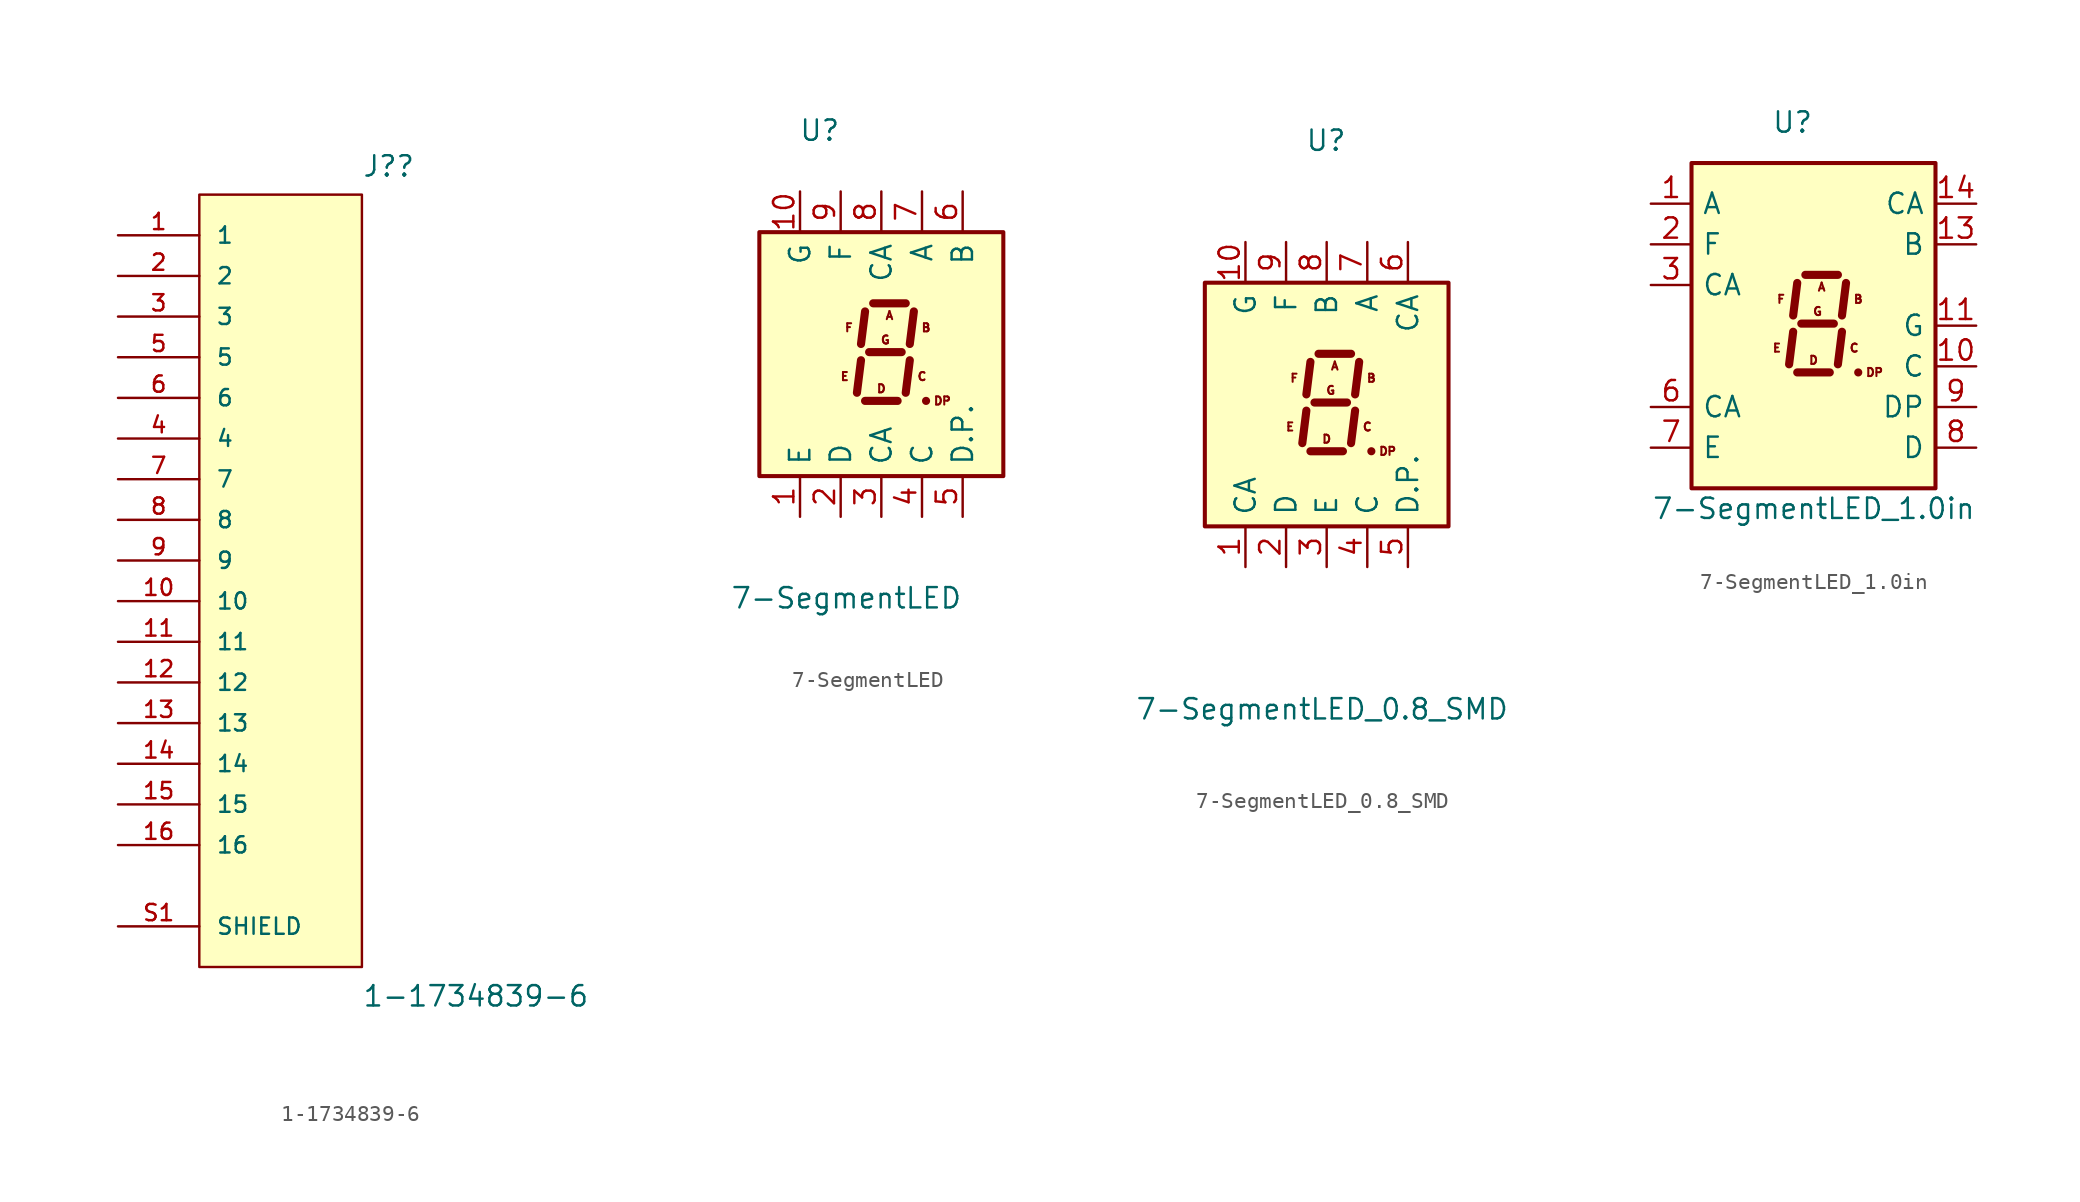
<source format=kicad_sym>
(kicad_symbol_lib
  (version 20211014)
  (generator kicad_symbol_editor)
  (symbol "1-1734839-6"
    (pin_names
      (offset 1.016))
    (property "Reference" "J?"
      (at 6.353 23.89 0)
      (effects (font (size 1.27 1.27)) (justify left bottom)))
    (property "Value" "1-1734839-6"
      (at 6.354 -27.964 0)
      (effects (font (size 1.27 1.27)) (justify left bottom)))
    (symbol "1-1734839-6_0_0"
      (rectangle (start -3.81 22.86) (end 6.35 -25.4) (stroke (width 0.152) (type default) (color 0 0 0 0)) (fill (type background)))
      (pin passive line (at -8.89 20.32 0) (length 5.08) (name "1" (effects (font (size 1.016 1.016)))) (number "1" (effects (font (size 1.016 1.016)))))
      (pin passive line (at -8.89 -2.54 0) (length 5.08) (name "10" (effects (font (size 1.016 1.016)))) (number "10" (effects (font (size 1.016 1.016)))))
      (pin passive line (at -8.89 -5.08 0) (length 5.08) (name "11" (effects (font (size 1.016 1.016)))) (number "11" (effects (font (size 1.016 1.016)))))
      (pin passive line (at -8.89 -7.62 0) (length 5.08) (name "12" (effects (font (size 1.016 1.016)))) (number "12" (effects (font (size 1.016 1.016)))))
      (pin passive line (at -8.89 -10.16 0) (length 5.08) (name "13" (effects (font (size 1.016 1.016)))) (number "13" (effects (font (size 1.016 1.016)))))
      (pin passive line (at -8.89 -12.7 0) (length 5.08) (name "14" (effects (font (size 1.016 1.016)))) (number "14" (effects (font (size 1.016 1.016)))))
      (pin passive line (at -8.89 -15.24 0) (length 5.08) (name "15" (effects (font (size 1.016 1.016)))) (number "15" (effects (font (size 1.016 1.016)))))
      (pin passive line (at -8.89 -17.78 0) (length 5.08) (name "16" (effects (font (size 1.016 1.016)))) (number "16" (effects (font (size 1.016 1.016)))))
      (pin passive line (at -8.89 17.78 0) (length 5.08) (name "2" (effects (font (size 1.016 1.016)))) (number "2" (effects (font (size 1.016 1.016)))))
      (pin passive line (at -8.89 15.24 0) (length 5.08) (name "3" (effects (font (size 1.016 1.016)))) (number "3" (effects (font (size 1.016 1.016)))))
      (pin passive line (at -8.89 7.62 0) (length 5.08) (name "4" (effects (font (size 1.016 1.016)))) (number "4" (effects (font (size 1.016 1.016)))))
      (pin passive line (at -8.89 12.7 0) (length 5.08) (name "5" (effects (font (size 1.016 1.016)))) (number "5" (effects (font (size 1.016 1.016)))))
      (pin passive line (at -8.89 10.16 0) (length 5.08) (name "6" (effects (font (size 1.016 1.016)))) (number "6" (effects (font (size 1.016 1.016)))))
      (pin passive line (at -8.89 5.08 0) (length 5.08) (name "7" (effects (font (size 1.016 1.016)))) (number "7" (effects (font (size 1.016 1.016)))))
      (pin passive line (at -8.89 2.54 0) (length 5.08) (name "8" (effects (font (size 1.016 1.016)))) (number "8" (effects (font (size 1.016 1.016)))))
      (pin passive line (at -8.89 0 0) (length 5.08) (name "9" (effects (font (size 1.016 1.016)))) (number "9" (effects (font (size 1.016 1.016)))))
      (pin passive line (at -8.89 -22.86 0) (length 5.08) (name "SHIELD" (effects (font (size 1.016 1.016)))) (number "S1" (effects (font (size 1.016 1.016)))))
      (pin passive line (at -8.89 -22.86 0) (length 5.08) hide (name "SHIELD" (effects (font (size 1.016 1.016)))) (number "S2" (effects (font (size 1.016 1.016)))))))
  (symbol "7-SegmentLED"
    (pin_names
      (offset 0.635))
    (property "Reference" "U"
      (at -2.54 13.97 0)
      (effects (font (size 1.27 1.27)) (justify right)))
    (property "Value" "7-SegmentLED"
      (at 5.08 -15.24 0)
      (effects (font (size 1.27 1.27)) (justify right)))
    (symbol "7-SegmentLED_0_0"
      (text "A" (at 0.508 2.413 0) (effects (font (size 0.508 0.508))))
      (text "B" (at 2.794 1.651 0) (effects (font (size 0.508 0.508))))
      (text "C" (at 2.54 -1.397 0) (effects (font (size 0.508 0.508))))
      (text "D" (at 0 -2.159 0) (effects (font (size 0.508 0.508))))
      (text "DP" (at 3.81 -2.921 0) (effects (font (size 0.508 0.508))))
      (text "E" (at -2.286 -1.397 0) (effects (font (size 0.508 0.508))))
      (text "F" (at -2.032 1.651 0) (effects (font (size 0.508 0.508))))
      (text "G" (at 0.254 0.889 0) (effects (font (size 0.508 0.508)))))
    (symbol "7-SegmentLED_0_1"
      (rectangle (start -7.62 7.62) (end 7.62 -7.62) (stroke (width 0.254) (type default) (color 0 0 0 0)) (fill (type background)))
      (polyline (pts (xy -1.27 -0.381) (xy -1.524 -2.413)) (stroke (width 0.508) (type default) (color 0 0 0 0)) (fill (type none)))
      (polyline (pts (xy -1.016 -2.921) (xy 1.016 -2.921)) (stroke (width 0.508) (type default) (color 0 0 0 0)) (fill (type none)))
      (polyline (pts (xy -1.016 2.667) (xy -1.27 0.635)) (stroke (width 0.508) (type default) (color 0 0 0 0)) (fill (type none)))
      (polyline (pts (xy -0.762 0.127) (xy 1.27 0.127)) (stroke (width 0.508) (type default) (color 0 0 0 0)) (fill (type none)))
      (polyline (pts (xy -0.508 3.175) (xy 1.524 3.175)) (stroke (width 0.508) (type default) (color 0 0 0 0)) (fill (type none)))
      (polyline (pts (xy 1.778 -0.381) (xy 1.524 -2.413)) (stroke (width 0.508) (type default) (color 0 0 0 0)) (fill (type none)))
      (polyline (pts (xy 2.032 2.667) (xy 1.778 0.635)) (stroke (width 0.508) (type default) (color 0 0 0 0)) (fill (type none)))
      (polyline (pts (xy 2.794 -2.921) (xy 2.794 -2.921)) (stroke (width 0.508) (type default) (color 0 0 0 0)) (fill (type none))))
    (symbol "7-SegmentLED_1_1"
      (pin input line (at -5.08 -10.16 90) (length 2.54) (name "E" (effects (font (size 1.27 1.27)))) (number "1" (effects (font (size 1.27 1.27)))))
      (pin input line (at -5.08 10.16 270) (length 2.54) (name "G" (effects (font (size 1.27 1.27)))) (number "10" (effects (font (size 1.27 1.27)))))
      (pin input line (at -2.54 -10.16 90) (length 2.54) (name "D" (effects (font (size 1.27 1.27)))) (number "2" (effects (font (size 1.27 1.27)))))
      (pin input line (at 0 -10.16 90) (length 2.54) (name "CA" (effects (font (size 1.27 1.27)))) (number "3" (effects (font (size 1.27 1.27)))))
      (pin input line (at 2.54 -10.16 90) (length 2.54) (name "C" (effects (font (size 1.27 1.27)))) (number "4" (effects (font (size 1.27 1.27)))))
      (pin input line (at 5.08 -10.16 90) (length 2.54) (name "D.P." (effects (font (size 1.27 1.27)))) (number "5" (effects (font (size 1.27 1.27)))))
      (pin input line (at 5.08 10.16 270) (length 2.54) (name "B" (effects (font (size 1.27 1.27)))) (number "6" (effects (font (size 1.27 1.27)))))
      (pin input line (at 2.54 10.16 270) (length 2.54) (name "A" (effects (font (size 1.27 1.27)))) (number "7" (effects (font (size 1.27 1.27)))))
      (pin input line (at 0 10.16 270) (length 2.54) (name "CA" (effects (font (size 1.27 1.27)))) (number "8" (effects (font (size 1.27 1.27)))))
      (pin input line (at -2.54 10.16 270) (length 2.54) (name "F" (effects (font (size 1.27 1.27)))) (number "9" (effects (font (size 1.27 1.27)))))))
  (symbol "7-SegmentLED_0.8_SMD"
    (pin_names
      (offset 0.635))
    (property "Reference" "U"
      (at 1.27 16.51 0)
      (effects (font (size 1.27 1.27)) (justify right)))
    (property "Value" "7-SegmentLED_0.8_SMD"
      (at 11.43 -19.05 0)
      (effects (font (size 1.27 1.27)) (justify right)))
    (symbol "7-SegmentLED_0.8_SMD_0_0"
      (text "A" (at 0.508 2.413 0) (effects (font (size 0.508 0.508))))
      (text "B" (at 2.794 1.651 0) (effects (font (size 0.508 0.508))))
      (text "C" (at 2.54 -1.397 0) (effects (font (size 0.508 0.508))))
      (text "D" (at 0 -2.159 0) (effects (font (size 0.508 0.508))))
      (text "DP" (at 3.81 -2.921 0) (effects (font (size 0.508 0.508))))
      (text "E" (at -2.286 -1.397 0) (effects (font (size 0.508 0.508))))
      (text "F" (at -2.032 1.651 0) (effects (font (size 0.508 0.508))))
      (text "G" (at 0.254 0.889 0) (effects (font (size 0.508 0.508)))))
    (symbol "7-SegmentLED_0.8_SMD_0_1"
      (rectangle (start -7.62 7.62) (end 7.62 -7.62) (stroke (width 0.254) (type default) (color 0 0 0 0)) (fill (type background)))
      (polyline (pts (xy -1.27 -0.381) (xy -1.524 -2.413)) (stroke (width 0.508) (type default) (color 0 0 0 0)) (fill (type none)))
      (polyline (pts (xy -1.016 -2.921) (xy 1.016 -2.921)) (stroke (width 0.508) (type default) (color 0 0 0 0)) (fill (type none)))
      (polyline (pts (xy -1.016 2.667) (xy -1.27 0.635)) (stroke (width 0.508) (type default) (color 0 0 0 0)) (fill (type none)))
      (polyline (pts (xy -0.762 0.127) (xy 1.27 0.127)) (stroke (width 0.508) (type default) (color 0 0 0 0)) (fill (type none)))
      (polyline (pts (xy -0.508 3.175) (xy 1.524 3.175)) (stroke (width 0.508) (type default) (color 0 0 0 0)) (fill (type none)))
      (polyline (pts (xy 1.778 -0.381) (xy 1.524 -2.413)) (stroke (width 0.508) (type default) (color 0 0 0 0)) (fill (type none)))
      (polyline (pts (xy 2.032 2.667) (xy 1.778 0.635)) (stroke (width 0.508) (type default) (color 0 0 0 0)) (fill (type none)))
      (polyline (pts (xy 2.794 -2.921) (xy 2.794 -2.921)) (stroke (width 0.508) (type default) (color 0 0 0 0)) (fill (type none))))
    (symbol "7-SegmentLED_0.8_SMD_1_1"
      (pin input line (at -5.08 -10.16 90) (length 2.54) (name "CA" (effects (font (size 1.27 1.27)))) (number "1" (effects (font (size 1.27 1.27)))))
      (pin input line (at -5.08 10.16 270) (length 2.54) (name "G" (effects (font (size 1.27 1.27)))) (number "10" (effects (font (size 1.27 1.27)))))
      (pin input line (at -2.54 -10.16 90) (length 2.54) (name "D" (effects (font (size 1.27 1.27)))) (number "2" (effects (font (size 1.27 1.27)))))
      (pin input line (at 0 -10.16 90) (length 2.54) (name "E" (effects (font (size 1.27 1.27)))) (number "3" (effects (font (size 1.27 1.27)))))
      (pin input line (at 2.54 -10.16 90) (length 2.54) (name "C" (effects (font (size 1.27 1.27)))) (number "4" (effects (font (size 1.27 1.27)))))
      (pin input line (at 5.08 -10.16 90) (length 2.54) (name "D.P." (effects (font (size 1.27 1.27)))) (number "5" (effects (font (size 1.27 1.27)))))
      (pin input line (at 5.08 10.16 270) (length 2.54) (name "CA" (effects (font (size 1.27 1.27)))) (number "6" (effects (font (size 1.27 1.27)))))
      (pin input line (at 2.54 10.16 270) (length 2.54) (name "A" (effects (font (size 1.27 1.27)))) (number "7" (effects (font (size 1.27 1.27)))))
      (pin input line (at 0 10.16 270) (length 2.54) (name "B" (effects (font (size 1.27 1.27)))) (number "8" (effects (font (size 1.27 1.27)))))
      (pin input line (at -2.54 10.16 270) (length 2.54) (name "F" (effects (font (size 1.27 1.27)))) (number "9" (effects (font (size 1.27 1.27)))))))
  (symbol "7-SegmentLED_1.0in"
    (pin_names
      (offset 0.635))
    (property "Reference" "U"
      (at 0 12.7 0)
      (effects (font (size 1.27 1.27)) (justify right)))
    (property "Value" "7-SegmentLED_1.0in"
      (at 10.16 -11.43 0)
      (effects (font (size 1.27 1.27)) (justify right)))
    (symbol "7-SegmentLED_1.0in_0_0"
      (text "A" (at 0.508 2.413 0) (effects (font (size 0.508 0.508))))
      (text "B" (at 2.794 1.651 0) (effects (font (size 0.508 0.508))))
      (text "C" (at 2.54 -1.397 0) (effects (font (size 0.508 0.508))))
      (text "D" (at 0 -2.159 0) (effects (font (size 0.508 0.508))))
      (text "DP" (at 3.81 -2.921 0) (effects (font (size 0.508 0.508))))
      (text "E" (at -2.286 -1.397 0) (effects (font (size 0.508 0.508))))
      (text "F" (at -2.032 1.651 0) (effects (font (size 0.508 0.508))))
      (text "G" (at 0.254 0.889 0) (effects (font (size 0.508 0.508)))))
    (symbol "7-SegmentLED_1.0in_0_1"
      (rectangle (start -7.62 10.16) (end 7.62 -10.16) (stroke (width 0.254) (type default) (color 0 0 0 0)) (fill (type background)))
      (polyline (pts (xy -1.27 -0.381) (xy -1.524 -2.413)) (stroke (width 0.508) (type default) (color 0 0 0 0)) (fill (type none)))
      (polyline (pts (xy -1.016 -2.921) (xy 1.016 -2.921)) (stroke (width 0.508) (type default) (color 0 0 0 0)) (fill (type none)))
      (polyline (pts (xy -1.016 2.667) (xy -1.27 0.635)) (stroke (width 0.508) (type default) (color 0 0 0 0)) (fill (type none)))
      (polyline (pts (xy -0.762 0.127) (xy 1.27 0.127)) (stroke (width 0.508) (type default) (color 0 0 0 0)) (fill (type none)))
      (polyline (pts (xy -0.508 3.175) (xy 1.524 3.175)) (stroke (width 0.508) (type default) (color 0 0 0 0)) (fill (type none)))
      (polyline (pts (xy 1.778 -0.381) (xy 1.524 -2.413)) (stroke (width 0.508) (type default) (color 0 0 0 0)) (fill (type none)))
      (polyline (pts (xy 2.032 2.667) (xy 1.778 0.635)) (stroke (width 0.508) (type default) (color 0 0 0 0)) (fill (type none)))
      (polyline (pts (xy 2.794 -2.921) (xy 2.794 -2.921)) (stroke (width 0.508) (type default) (color 0 0 0 0)) (fill (type none))))
    (symbol "7-SegmentLED_1.0in_1_1"
      (pin input line (at -10.16 7.62 0) (length 2.54) (name "A" (effects (font (size 1.27 1.27)))) (number "1" (effects (font (size 1.27 1.27)))))
      (pin input line (at 10.16 -2.54 180) (length 2.54) (name "C" (effects (font (size 1.27 1.27)))) (number "10" (effects (font (size 1.27 1.27)))))
      (pin input line (at 10.16 0 180) (length 2.54) (name "G" (effects (font (size 1.27 1.27)))) (number "11" (effects (font (size 1.27 1.27)))))
      (pin input line (at 10.16 5.08 180) (length 2.54) (name "B" (effects (font (size 1.27 1.27)))) (number "13" (effects (font (size 1.27 1.27)))))
      (pin input line (at 10.16 7.62 180) (length 2.54) (name "CA" (effects (font (size 1.27 1.27)))) (number "14" (effects (font (size 1.27 1.27)))))
      (pin input line (at -10.16 5.08 0) (length 2.54) (name "F" (effects (font (size 1.27 1.27)))) (number "2" (effects (font (size 1.27 1.27)))))
      (pin input line (at -10.16 2.54 0) (length 2.54) (name "CA" (effects (font (size 1.27 1.27)))) (number "3" (effects (font (size 1.27 1.27)))))
      (pin input line (at -10.16 -5.08 0) (length 2.54) (name "CA" (effects (font (size 1.27 1.27)))) (number "6" (effects (font (size 1.27 1.27)))))
      (pin input line (at -10.16 -7.62 0) (length 2.54) (name "E" (effects (font (size 1.27 1.27)))) (number "7" (effects (font (size 1.27 1.27)))))
      (pin input line (at 10.16 -7.62 180) (length 2.54) (name "D" (effects (font (size 1.27 1.27)))) (number "8" (effects (font (size 1.27 1.27)))))
      (pin input line (at 10.16 -5.08 180) (length 2.54) (name "DP" (effects (font (size 1.27 1.27)))) (number "9" (effects (font (size 1.27 1.27))))))))
</source>
